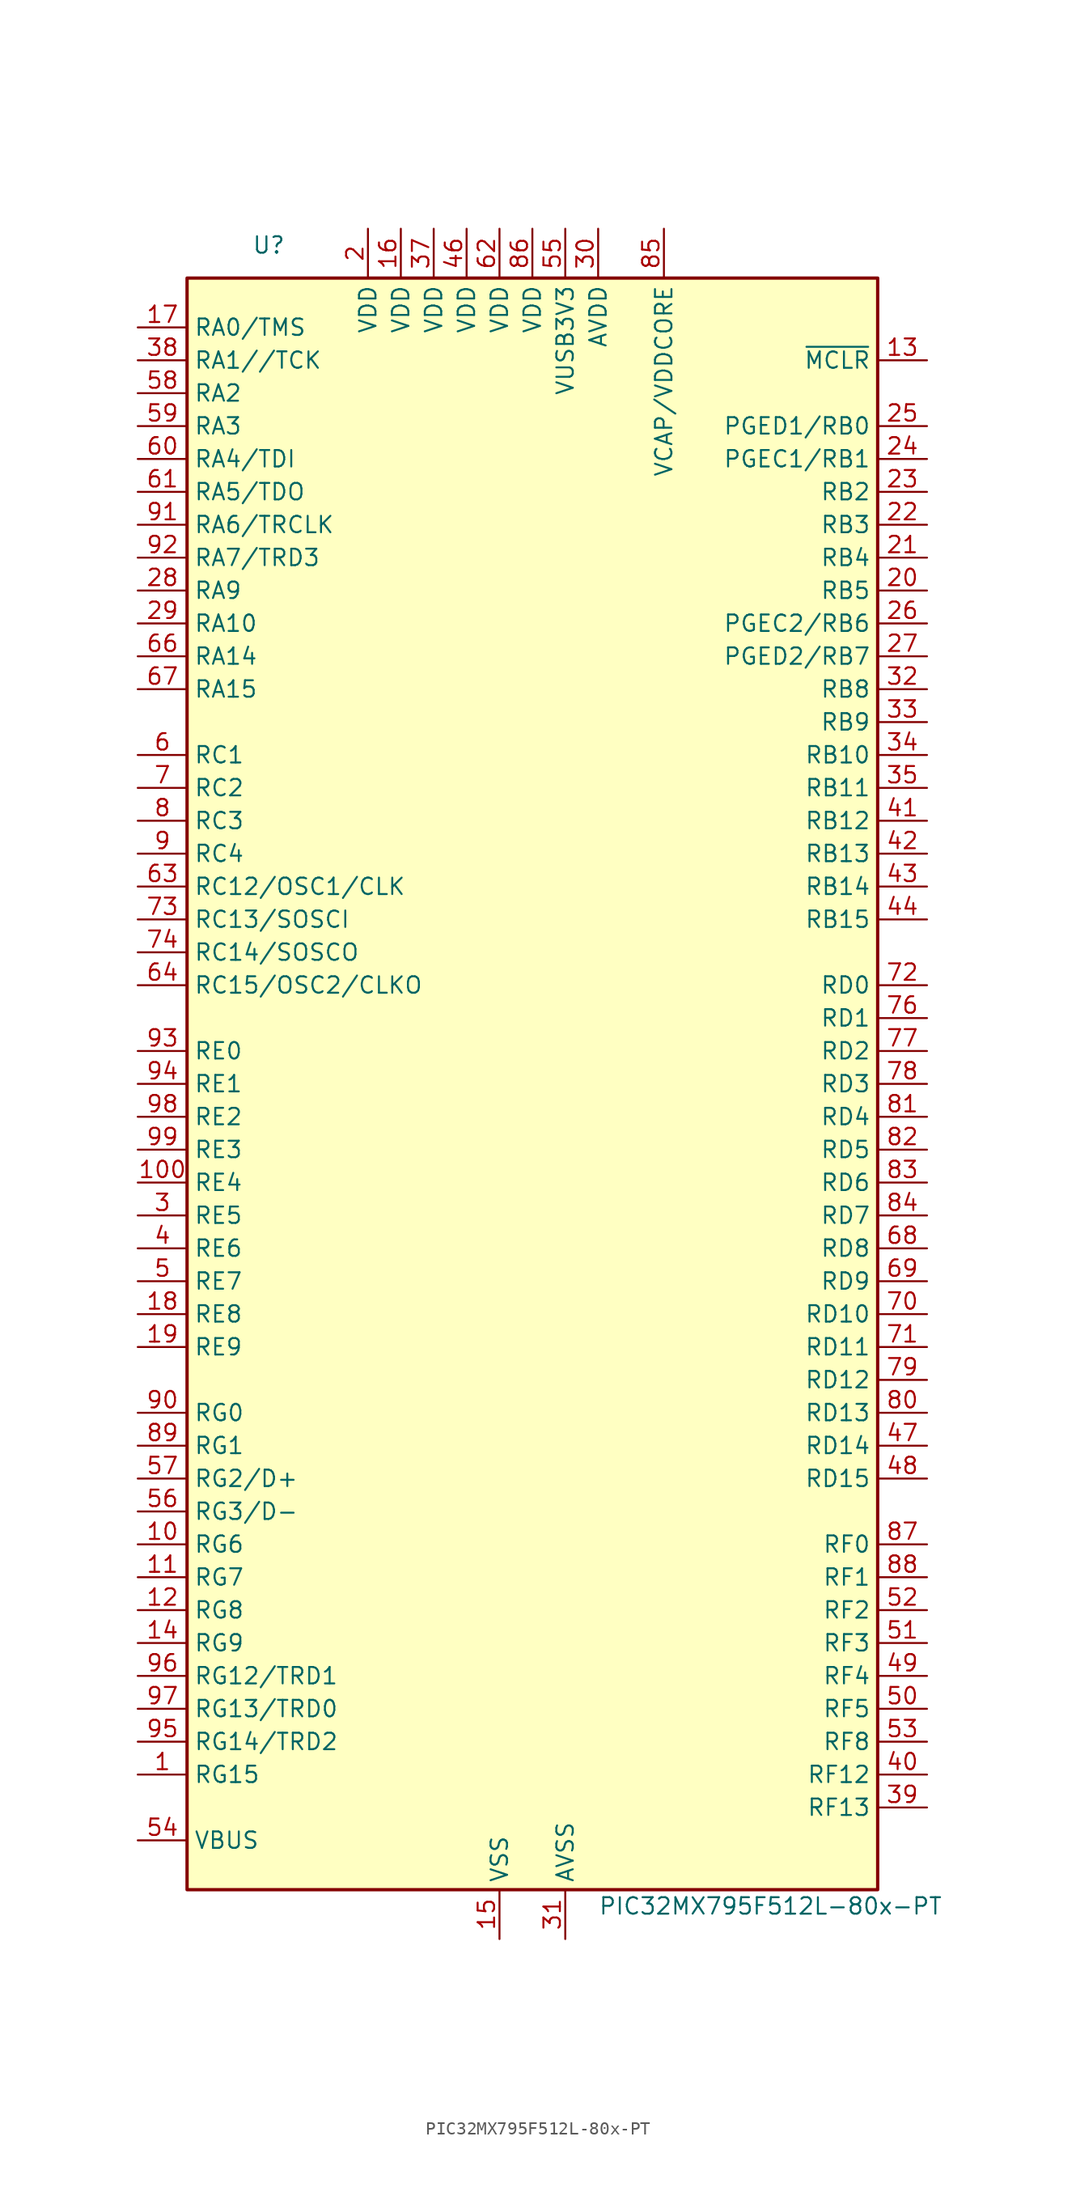
<source format=kicad_sym>
(kicad_symbol_lib
  (version 20241209)
  (generator "kicad_symbol_editor")
  (generator_version "9.0")
  (symbol "PIC32MX795F512L-80x-PT"
    (property "Reference" "U"
      (at -19.05 64.77 0)
      (effects (font (size 1.27 1.27)) (justify right)))
    (property "Value" "PIC32MX795F512L-80x-PT"
      (at 5.08 -63.5 0)
      (effects (font (size 1.27 1.27)) (justify left)))
    (symbol "PIC32MX795F512L-80x-PT_1_1"
      (rectangle (start -26.67 62.23) (end 26.67 -62.23) (stroke (width 0.254) (type default)) (fill (type background)))
      (pin bidirectional line (at -30.48 58.42 0) (length 3.81) (name "RA0/TMS" (effects (font (size 1.27 1.27)))) (number "17" (effects (font (size 1.27 1.27)))))
      (pin bidirectional line (at -30.48 55.88 0) (length 3.81) (name "RA1//TCK" (effects (font (size 1.27 1.27)))) (number "38" (effects (font (size 1.27 1.27)))))
      (pin bidirectional line (at -30.48 53.34 0) (length 3.81) (name "RA2" (effects (font (size 1.27 1.27)))) (number "58" (effects (font (size 1.27 1.27)))))
      (pin bidirectional line (at -30.48 50.8 0) (length 3.81) (name "RA3" (effects (font (size 1.27 1.27)))) (number "59" (effects (font (size 1.27 1.27)))))
      (pin bidirectional line (at -30.48 48.26 0) (length 3.81) (name "RA4/TDI" (effects (font (size 1.27 1.27)))) (number "60" (effects (font (size 1.27 1.27)))))
      (pin bidirectional line (at -30.48 45.72 0) (length 3.81) (name "RA5/TDO" (effects (font (size 1.27 1.27)))) (number "61" (effects (font (size 1.27 1.27)))))
      (pin bidirectional line (at -30.48 43.18 0) (length 3.81) (name "RA6/TRCLK" (effects (font (size 1.27 1.27)))) (number "91" (effects (font (size 1.27 1.27)))))
      (pin bidirectional line (at -30.48 40.64 0) (length 3.81) (name "RA7/TRD3" (effects (font (size 1.27 1.27)))) (number "92" (effects (font (size 1.27 1.27)))))
      (pin bidirectional line (at -30.48 38.1 0) (length 3.81) (name "RA9" (effects (font (size 1.27 1.27)))) (number "28" (effects (font (size 1.27 1.27)))))
      (pin bidirectional line (at -30.48 35.56 0) (length 3.81) (name "RA10" (effects (font (size 1.27 1.27)))) (number "29" (effects (font (size 1.27 1.27)))))
      (pin bidirectional line (at -30.48 33.02 0) (length 3.81) (name "RA14" (effects (font (size 1.27 1.27)))) (number "66" (effects (font (size 1.27 1.27)))))
      (pin bidirectional line (at -30.48 30.48 0) (length 3.81) (name "RA15" (effects (font (size 1.27 1.27)))) (number "67" (effects (font (size 1.27 1.27)))))
      (pin bidirectional line (at -30.48 25.4 0) (length 3.81) (name "RC1" (effects (font (size 1.27 1.27)))) (number "6" (effects (font (size 1.27 1.27)))))
      (pin bidirectional line (at -30.48 22.86 0) (length 3.81) (name "RC2" (effects (font (size 1.27 1.27)))) (number "7" (effects (font (size 1.27 1.27)))))
      (pin bidirectional line (at -30.48 20.32 0) (length 3.81) (name "RC3" (effects (font (size 1.27 1.27)))) (number "8" (effects (font (size 1.27 1.27)))))
      (pin bidirectional line (at -30.48 17.78 0) (length 3.81) (name "RC4" (effects (font (size 1.27 1.27)))) (number "9" (effects (font (size 1.27 1.27)))))
      (pin bidirectional line (at -30.48 15.24 0) (length 3.81) (name "RC12/OSC1/CLK" (effects (font (size 1.27 1.27)))) (number "63" (effects (font (size 1.27 1.27)))))
      (pin bidirectional line (at -30.48 12.7 0) (length 3.81) (name "RC13/SOSCI" (effects (font (size 1.27 1.27)))) (number "73" (effects (font (size 1.27 1.27)))))
      (pin bidirectional line (at -30.48 10.16 0) (length 3.81) (name "RC14/SOSCO" (effects (font (size 1.27 1.27)))) (number "74" (effects (font (size 1.27 1.27)))))
      (pin bidirectional line (at -30.48 7.62 0) (length 3.81) (name "RC15/OSC2/CLKO" (effects (font (size 1.27 1.27)))) (number "64" (effects (font (size 1.27 1.27)))))
      (pin bidirectional line (at -30.48 2.54 0) (length 3.81) (name "RE0" (effects (font (size 1.27 1.27)))) (number "93" (effects (font (size 1.27 1.27)))))
      (pin bidirectional line (at -30.48 0 0) (length 3.81) (name "RE1" (effects (font (size 1.27 1.27)))) (number "94" (effects (font (size 1.27 1.27)))))
      (pin bidirectional line (at -30.48 -2.54 0) (length 3.81) (name "RE2" (effects (font (size 1.27 1.27)))) (number "98" (effects (font (size 1.27 1.27)))))
      (pin bidirectional line (at -30.48 -5.08 0) (length 3.81) (name "RE3" (effects (font (size 1.27 1.27)))) (number "99" (effects (font (size 1.27 1.27)))))
      (pin bidirectional line (at -30.48 -7.62 0) (length 3.81) (name "RE4" (effects (font (size 1.27 1.27)))) (number "100" (effects (font (size 1.27 1.27)))))
      (pin bidirectional line (at -30.48 -10.16 0) (length 3.81) (name "RE5" (effects (font (size 1.27 1.27)))) (number "3" (effects (font (size 1.27 1.27)))))
      (pin bidirectional line (at -30.48 -12.7 0) (length 3.81) (name "RE6" (effects (font (size 1.27 1.27)))) (number "4" (effects (font (size 1.27 1.27)))))
      (pin bidirectional line (at -30.48 -15.24 0) (length 3.81) (name "RE7" (effects (font (size 1.27 1.27)))) (number "5" (effects (font (size 1.27 1.27)))))
      (pin bidirectional line (at -30.48 -17.78 0) (length 3.81) (name "RE8" (effects (font (size 1.27 1.27)))) (number "18" (effects (font (size 1.27 1.27)))))
      (pin bidirectional line (at -30.48 -20.32 0) (length 3.81) (name "RE9" (effects (font (size 1.27 1.27)))) (number "19" (effects (font (size 1.27 1.27)))))
      (pin bidirectional line (at -30.48 -25.4 0) (length 3.81) (name "RG0" (effects (font (size 1.27 1.27)))) (number "90" (effects (font (size 1.27 1.27)))))
      (pin bidirectional line (at -30.48 -27.94 0) (length 3.81) (name "RG1" (effects (font (size 1.27 1.27)))) (number "89" (effects (font (size 1.27 1.27)))))
      (pin bidirectional line (at -30.48 -30.48 0) (length 3.81) (name "RG2/D+" (effects (font (size 1.27 1.27)))) (number "57" (effects (font (size 1.27 1.27)))))
      (pin bidirectional line (at -30.48 -33.02 0) (length 3.81) (name "RG3/D-" (effects (font (size 1.27 1.27)))) (number "56" (effects (font (size 1.27 1.27)))))
      (pin bidirectional line (at -30.48 -35.56 0) (length 3.81) (name "RG6" (effects (font (size 1.27 1.27)))) (number "10" (effects (font (size 1.27 1.27)))))
      (pin bidirectional line (at -30.48 -38.1 0) (length 3.81) (name "RG7" (effects (font (size 1.27 1.27)))) (number "11" (effects (font (size 1.27 1.27)))))
      (pin bidirectional line (at -30.48 -40.64 0) (length 3.81) (name "RG8" (effects (font (size 1.27 1.27)))) (number "12" (effects (font (size 1.27 1.27)))))
      (pin bidirectional line (at -30.48 -43.18 0) (length 3.81) (name "RG9" (effects (font (size 1.27 1.27)))) (number "14" (effects (font (size 1.27 1.27)))))
      (pin bidirectional line (at -30.48 -45.72 0) (length 3.81) (name "RG12/TRD1" (effects (font (size 1.27 1.27)))) (number "96" (effects (font (size 1.27 1.27)))))
      (pin bidirectional line (at -30.48 -48.26 0) (length 3.81) (name "RG13/TRD0" (effects (font (size 1.27 1.27)))) (number "97" (effects (font (size 1.27 1.27)))))
      (pin bidirectional line (at -30.48 -50.8 0) (length 3.81) (name "RG14/TRD2" (effects (font (size 1.27 1.27)))) (number "95" (effects (font (size 1.27 1.27)))))
      (pin bidirectional line (at -30.48 -53.34 0) (length 3.81) (name "RG15" (effects (font (size 1.27 1.27)))) (number "1" (effects (font (size 1.27 1.27)))))
      (pin input line (at -30.48 -58.42 0) (length 3.81) (name "VBUS" (effects (font (size 1.27 1.27)))) (number "54" (effects (font (size 1.27 1.27)))))
      (pin power_in line (at -12.7 66.04 270) (length 3.81) (name "VDD" (effects (font (size 1.27 1.27)))) (number "2" (effects (font (size 1.27 1.27)))))
      (pin power_in line (at -10.16 66.04 270) (length 3.81) (name "VDD" (effects (font (size 1.27 1.27)))) (number "16" (effects (font (size 1.27 1.27)))))
      (pin power_in line (at -7.62 66.04 270) (length 3.81) (name "VDD" (effects (font (size 1.27 1.27)))) (number "37" (effects (font (size 1.27 1.27)))))
      (pin power_in line (at -5.08 66.04 270) (length 3.81) (name "VDD" (effects (font (size 1.27 1.27)))) (number "46" (effects (font (size 1.27 1.27)))))
      (pin power_in line (at -2.54 66.04 270) (length 3.81) (name "VDD" (effects (font (size 1.27 1.27)))) (number "62" (effects (font (size 1.27 1.27)))))
      (pin power_in line (at -2.54 -66.04 90) (length 3.81) (name "VSS" (effects (font (size 1.27 1.27)))) (number "15" (effects (font (size 1.27 1.27)))))
      (pin passive line (at -2.54 -66.04 90) (length 3.81) (hide yes) (name "VSS" (effects (font (size 1.27 1.27)))) (number "36" (effects (font (size 1.27 1.27)))))
      (pin passive line (at -2.54 -66.04 90) (length 3.81) (hide yes) (name "VSS" (effects (font (size 1.27 1.27)))) (number "45" (effects (font (size 1.27 1.27)))))
      (pin passive line (at -2.54 -66.04 90) (length 3.81) (hide yes) (name "VSS" (effects (font (size 1.27 1.27)))) (number "65" (effects (font (size 1.27 1.27)))))
      (pin passive line (at -2.54 -66.04 90) (length 3.81) (hide yes) (name "VSS" (effects (font (size 1.27 1.27)))) (number "75" (effects (font (size 1.27 1.27)))))
      (pin power_in line (at 0 66.04 270) (length 3.81) (name "VDD" (effects (font (size 1.27 1.27)))) (number "86" (effects (font (size 1.27 1.27)))))
      (pin power_in line (at 2.54 66.04 270) (length 3.81) (name "VUSB3V3" (effects (font (size 1.27 1.27)))) (number "55" (effects (font (size 1.27 1.27)))))
      (pin power_in line (at 2.54 -66.04 90) (length 3.81) (name "AVSS" (effects (font (size 1.27 1.27)))) (number "31" (effects (font (size 1.27 1.27)))))
      (pin power_in line (at 5.08 66.04 270) (length 3.81) (name "AVDD" (effects (font (size 1.27 1.27)))) (number "30" (effects (font (size 1.27 1.27)))))
      (pin power_out line (at 10.16 66.04 270) (length 3.81) (name "VCAP/VDDCORE" (effects (font (size 1.27 1.27)))) (number "85" (effects (font (size 1.27 1.27)))))
      (pin input line (at 30.48 55.88 180) (length 3.81) (name "~{MCLR}" (effects (font (size 1.27 1.27)))) (number "13" (effects (font (size 1.27 1.27)))))
      (pin bidirectional line (at 30.48 50.8 180) (length 3.81) (name "PGED1/RB0" (effects (font (size 1.27 1.27)))) (number "25" (effects (font (size 1.27 1.27)))))
      (pin bidirectional line (at 30.48 48.26 180) (length 3.81) (name "PGEC1/RB1" (effects (font (size 1.27 1.27)))) (number "24" (effects (font (size 1.27 1.27)))))
      (pin bidirectional line (at 30.48 45.72 180) (length 3.81) (name "RB2" (effects (font (size 1.27 1.27)))) (number "23" (effects (font (size 1.27 1.27)))))
      (pin bidirectional line (at 30.48 43.18 180) (length 3.81) (name "RB3" (effects (font (size 1.27 1.27)))) (number "22" (effects (font (size 1.27 1.27)))))
      (pin bidirectional line (at 30.48 40.64 180) (length 3.81) (name "RB4" (effects (font (size 1.27 1.27)))) (number "21" (effects (font (size 1.27 1.27)))))
      (pin bidirectional line (at 30.48 38.1 180) (length 3.81) (name "RB5" (effects (font (size 1.27 1.27)))) (number "20" (effects (font (size 1.27 1.27)))))
      (pin bidirectional line (at 30.48 35.56 180) (length 3.81) (name "PGEC2/RB6" (effects (font (size 1.27 1.27)))) (number "26" (effects (font (size 1.27 1.27)))))
      (pin bidirectional line (at 30.48 33.02 180) (length 3.81) (name "PGED2/RB7" (effects (font (size 1.27 1.27)))) (number "27" (effects (font (size 1.27 1.27)))))
      (pin bidirectional line (at 30.48 30.48 180) (length 3.81) (name "RB8" (effects (font (size 1.27 1.27)))) (number "32" (effects (font (size 1.27 1.27)))))
      (pin bidirectional line (at 30.48 27.94 180) (length 3.81) (name "RB9" (effects (font (size 1.27 1.27)))) (number "33" (effects (font (size 1.27 1.27)))))
      (pin bidirectional line (at 30.48 25.4 180) (length 3.81) (name "RB10" (effects (font (size 1.27 1.27)))) (number "34" (effects (font (size 1.27 1.27)))))
      (pin bidirectional line (at 30.48 22.86 180) (length 3.81) (name "RB11" (effects (font (size 1.27 1.27)))) (number "35" (effects (font (size 1.27 1.27)))))
      (pin bidirectional line (at 30.48 20.32 180) (length 3.81) (name "RB12" (effects (font (size 1.27 1.27)))) (number "41" (effects (font (size 1.27 1.27)))))
      (pin bidirectional line (at 30.48 17.78 180) (length 3.81) (name "RB13" (effects (font (size 1.27 1.27)))) (number "42" (effects (font (size 1.27 1.27)))))
      (pin bidirectional line (at 30.48 15.24 180) (length 3.81) (name "RB14" (effects (font (size 1.27 1.27)))) (number "43" (effects (font (size 1.27 1.27)))))
      (pin bidirectional line (at 30.48 12.7 180) (length 3.81) (name "RB15" (effects (font (size 1.27 1.27)))) (number "44" (effects (font (size 1.27 1.27)))))
      (pin bidirectional line (at 30.48 7.62 180) (length 3.81) (name "RD0" (effects (font (size 1.27 1.27)))) (number "72" (effects (font (size 1.27 1.27)))))
      (pin bidirectional line (at 30.48 5.08 180) (length 3.81) (name "RD1" (effects (font (size 1.27 1.27)))) (number "76" (effects (font (size 1.27 1.27)))))
      (pin bidirectional line (at 30.48 2.54 180) (length 3.81) (name "RD2" (effects (font (size 1.27 1.27)))) (number "77" (effects (font (size 1.27 1.27)))))
      (pin bidirectional line (at 30.48 0 180) (length 3.81) (name "RD3" (effects (font (size 1.27 1.27)))) (number "78" (effects (font (size 1.27 1.27)))))
      (pin bidirectional line (at 30.48 -2.54 180) (length 3.81) (name "RD4" (effects (font (size 1.27 1.27)))) (number "81" (effects (font (size 1.27 1.27)))))
      (pin bidirectional line (at 30.48 -5.08 180) (length 3.81) (name "RD5" (effects (font (size 1.27 1.27)))) (number "82" (effects (font (size 1.27 1.27)))))
      (pin bidirectional line (at 30.48 -7.62 180) (length 3.81) (name "RD6" (effects (font (size 1.27 1.27)))) (number "83" (effects (font (size 1.27 1.27)))))
      (pin bidirectional line (at 30.48 -10.16 180) (length 3.81) (name "RD7" (effects (font (size 1.27 1.27)))) (number "84" (effects (font (size 1.27 1.27)))))
      (pin bidirectional line (at 30.48 -12.7 180) (length 3.81) (name "RD8" (effects (font (size 1.27 1.27)))) (number "68" (effects (font (size 1.27 1.27)))))
      (pin bidirectional line (at 30.48 -15.24 180) (length 3.81) (name "RD9" (effects (font (size 1.27 1.27)))) (number "69" (effects (font (size 1.27 1.27)))))
      (pin bidirectional line (at 30.48 -17.78 180) (length 3.81) (name "RD10" (effects (font (size 1.27 1.27)))) (number "70" (effects (font (size 1.27 1.27)))))
      (pin bidirectional line (at 30.48 -20.32 180) (length 3.81) (name "RD11" (effects (font (size 1.27 1.27)))) (number "71" (effects (font (size 1.27 1.27)))))
      (pin bidirectional line (at 30.48 -22.86 180) (length 3.81) (name "RD12" (effects (font (size 1.27 1.27)))) (number "79" (effects (font (size 1.27 1.27)))))
      (pin bidirectional line (at 30.48 -25.4 180) (length 3.81) (name "RD13" (effects (font (size 1.27 1.27)))) (number "80" (effects (font (size 1.27 1.27)))))
      (pin bidirectional line (at 30.48 -27.94 180) (length 3.81) (name "RD14" (effects (font (size 1.27 1.27)))) (number "47" (effects (font (size 1.27 1.27)))))
      (pin bidirectional line (at 30.48 -30.48 180) (length 3.81) (name "RD15" (effects (font (size 1.27 1.27)))) (number "48" (effects (font (size 1.27 1.27)))))
      (pin bidirectional line (at 30.48 -35.56 180) (length 3.81) (name "RF0" (effects (font (size 1.27 1.27)))) (number "87" (effects (font (size 1.27 1.27)))))
      (pin bidirectional line (at 30.48 -38.1 180) (length 3.81) (name "RF1" (effects (font (size 1.27 1.27)))) (number "88" (effects (font (size 1.27 1.27)))))
      (pin bidirectional line (at 30.48 -40.64 180) (length 3.81) (name "RF2" (effects (font (size 1.27 1.27)))) (number "52" (effects (font (size 1.27 1.27)))))
      (pin bidirectional line (at 30.48 -43.18 180) (length 3.81) (name "RF3" (effects (font (size 1.27 1.27)))) (number "51" (effects (font (size 1.27 1.27)))))
      (pin bidirectional line (at 30.48 -45.72 180) (length 3.81) (name "RF4" (effects (font (size 1.27 1.27)))) (number "49" (effects (font (size 1.27 1.27)))))
      (pin bidirectional line (at 30.48 -48.26 180) (length 3.81) (name "RF5" (effects (font (size 1.27 1.27)))) (number "50" (effects (font (size 1.27 1.27)))))
      (pin bidirectional line (at 30.48 -50.8 180) (length 3.81) (name "RF8" (effects (font (size 1.27 1.27)))) (number "53" (effects (font (size 1.27 1.27)))))
      (pin bidirectional line (at 30.48 -53.34 180) (length 3.81) (name "RF12" (effects (font (size 1.27 1.27)))) (number "40" (effects (font (size 1.27 1.27)))))
      (pin bidirectional line (at 30.48 -55.88 180) (length 3.81) (name "RF13" (effects (font (size 1.27 1.27)))) (number "39" (effects (font (size 1.27 1.27))))))))
</source>
